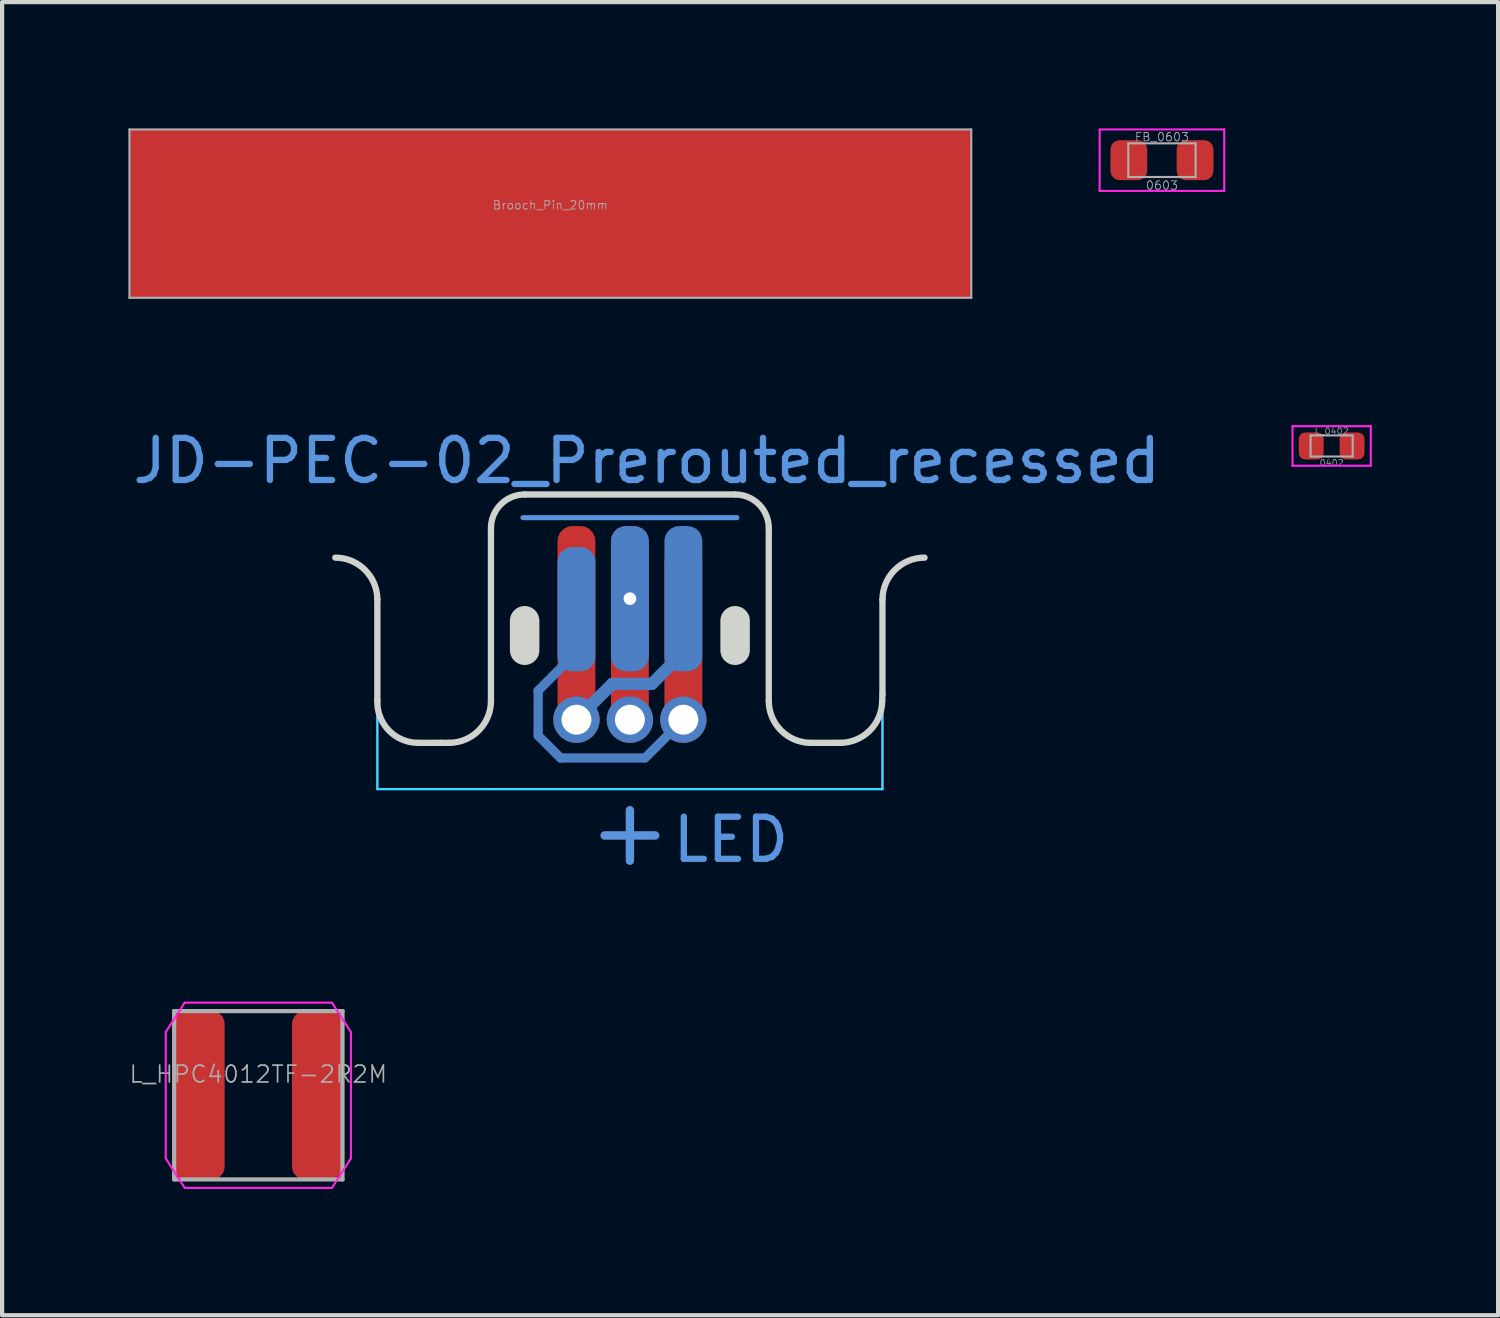
<source format=kicad_pcb>
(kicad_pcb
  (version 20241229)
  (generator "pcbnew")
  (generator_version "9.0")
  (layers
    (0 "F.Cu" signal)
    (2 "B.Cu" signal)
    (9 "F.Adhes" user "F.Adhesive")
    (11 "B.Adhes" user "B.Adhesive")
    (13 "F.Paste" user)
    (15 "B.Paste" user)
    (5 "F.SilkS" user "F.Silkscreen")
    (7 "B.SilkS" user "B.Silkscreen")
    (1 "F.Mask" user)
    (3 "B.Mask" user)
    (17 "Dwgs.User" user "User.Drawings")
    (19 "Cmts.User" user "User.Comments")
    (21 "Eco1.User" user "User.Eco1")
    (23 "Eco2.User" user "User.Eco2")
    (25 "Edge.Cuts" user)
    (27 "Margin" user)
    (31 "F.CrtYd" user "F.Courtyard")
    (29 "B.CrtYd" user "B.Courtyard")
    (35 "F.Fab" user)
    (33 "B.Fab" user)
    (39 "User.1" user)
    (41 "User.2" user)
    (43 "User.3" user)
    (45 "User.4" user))
  (footprint "JD-PEC-02_Prerouted_recessed"
    (layer "F.Cu")
    (at 11.915 12.698)
    (property "Reference" "JD-PEC-02_Prerouted_recessed" (at 0.4 -4.8 0) (layer "Cmts.User") (effects (font (size 1 1) (thickness 0.15))))
    (attr through_hole)
    (fp_line (start -2.54 -3.45) (end 2.54 -3.45) (stroke (width 0.12) (type solid)) (layer "Cmts.User"))
    (fp_line (start -0.6 4.1) (end 0.6 4.1) (stroke (width 0.2) (type default)) (layer "Cmts.User"))
    (fp_line (start 0 3.5) (end 0 4.7) (stroke (width 0.2) (type default)) (layer "Cmts.User"))
    (fp_circle (center -1.271 1.3) (end -0.916 1.3) (stroke (width 0.15) (type solid)) (fill no) (layer "Eco1.User"))
    (fp_circle (center -0.001 1.3) (end 0.354 1.3) (stroke (width 0.15) (type solid)) (fill no) (layer "Eco1.User"))
    (fp_circle (center 1.269 1.3) (end 1.624 1.3) (stroke (width 0.15) (type solid)) (fill no) (layer "Eco1.User"))
    (fp_line (start -6 -1.5) (end -6 0.9) (stroke (width 0.15) (type default)) (layer "Edge.Cuts"))
    (fp_line (start -5.031 1.9) (end -4.5 1.9) (stroke (width 0.15) (type default)) (layer "Edge.Cuts"))
    (fp_line (start -4.298 1.9) (end -4.5 1.9) (stroke (width 0.15) (type default)) (layer "Edge.Cuts"))
    (fp_line (start -3.301 -3.2) (end -3.301 0.902) (stroke (width 0.15) (type solid)) (layer "Edge.Cuts"))
    (fp_line (start 2.499 -4) (end -2.501 -4) (stroke (width 0.15) (type solid)) (layer "Edge.Cuts"))
    (fp_line (start 3.299 -3.2) (end 3.299 0.9) (stroke (width 0.15) (type default)) (layer "Edge.Cuts"))
    (fp_line (start 4.298 1.9) (end 4.993 1.9) (stroke (width 0.15) (type default)) (layer "Edge.Cuts"))
    (fp_line (start 6 0.75) (end 5.993 0.9) (stroke (width 0.15) (type default)) (layer "Edge.Cuts"))
    (fp_line (start 6 0.75) (end 6 -1.5) (stroke (width 0.15) (type solid)) (layer "Edge.Cuts"))
    (fp_arc (start -7 -2.5) (mid -6.292893 -2.207107) (end -6 -1.5) (stroke (width 0.15) (type default)) (layer "Edge.Cuts"))
    (fp_arc (start -5.031284 1.9) (mid -5.727418 1.605151) (end -6 0.9) (stroke (width 0.15) (type solid)) (layer "Edge.Cuts"))
    (fp_arc (start -3.300852 -3.2) (mid -3.066852 -3.765999) (end -2.500852 -4) (stroke (width 0.15) (type solid)) (layer "Edge.Cuts"))
    (fp_arc (start -3.300852 0.902) (mid -3.592637 1.607476) (end -4.297807 1.9) (stroke (width 0.15) (type solid)) (layer "Edge.Cuts"))
    (fp_arc (start 2.499148 -4) (mid 3.065147 -3.765999) (end 3.299148 -3.2) (stroke (width 0.15) (type solid)) (layer "Edge.Cuts"))
    (fp_arc (start 4.297807 1.9) (mid 3.591372 1.606829) (end 3.299148 0.9) (stroke (width 0.15) (type solid)) (layer "Edge.Cuts"))
    (fp_arc (start 5.992893 0.9) (mid 5.700001 1.607107) (end 4.992893 1.9) (stroke (width 0.15) (type solid)) (layer "Edge.Cuts"))
    (fp_arc (start 6 -1.5) (mid 6.292893 -2.207107) (end 7 -2.5) (stroke (width 0.15) (type default)) (layer "Edge.Cuts"))
    (fp_poly (pts (arc (start -2.150853 -1.000001) (mid -2.500852 -1.35) (end -2.850851 -1.000001)) (arc (start -2.850851 -0.300002) (mid -2.500852 0.049997) (end -2.150853 -0.300002))) (stroke (width 0) (type solid)) (fill yes) (layer "Edge.Cuts"))
    (fp_poly (pts (arc (start 2.849147 -1.000001) (mid 2.499148 -1.35) (end 2.149149 -1.000001)) (arc (start 2.149149 -0.300002) (mid 2.499148 0.049997) (end 2.849147 -0.300002))) (stroke (width 0) (type solid)) (fill yes) (layer "Edge.Cuts"))
    (fp_line (start -6 0.9) (end -6 3) (stroke (width 0.05) (type default)) (layer "B.CrtYd"))
    (fp_line (start -6 3) (end -3.25 3) (stroke (width 0.05) (type default)) (layer "B.CrtYd"))
    (fp_line (start -4.2 1.9) (end -5.031 1.9) (stroke (width 0.05) (type default)) (layer "B.CrtYd"))
    (fp_line (start -3.301 -3.2) (end -3.301 0.902) (stroke (width 0.05) (type solid)) (layer "B.CrtYd"))
    (fp_line (start -2.501 -4) (end 2.5 -4) (stroke (width 0.05) (type default)) (layer "B.CrtYd"))
    (fp_line (start 3.3 -3.2) (end 3.299 0.9) (stroke (width 0.05) (type default)) (layer "B.CrtYd"))
    (fp_line (start 4.298 1.9) (end 5 1.9) (stroke (width 0.05) (type solid)) (layer "B.CrtYd"))
    (fp_line (start 6 0.9) (end 6 3) (stroke (width 0.05) (type default)) (layer "B.CrtYd"))
    (fp_line (start 6 3) (end -3.25 3) (stroke (width 0.05) (type default)) (layer "B.CrtYd"))
    (fp_arc (start -5.031284 1.9) (mid -5.72742 1.605152) (end -6 0.9) (stroke (width 0.05) (type solid)) (layer "B.CrtYd"))
    (fp_arc (start -3.300852 -3.2) (mid -3.066852 -3.766) (end -2.500852 -4) (stroke (width 0.05) (type solid)) (layer "B.CrtYd"))
    (fp_arc (start -3.300852 0.902) (mid -3.558642 1.573788) (end -4.2 1.9) (stroke (width 0.05) (type solid)) (layer "B.CrtYd"))
    (fp_arc (start 2.5 -4) (mid 3.065685 -3.765685) (end 3.3 -3.2) (stroke (width 0.05) (type default)) (layer "B.CrtYd"))
    (fp_arc (start 4.297807 1.9) (mid 3.591372 1.606828) (end 3.299148 0.9) (stroke (width 0.05) (type solid)) (layer "B.CrtYd"))
    (fp_arc (start 6 0.9) (mid 5.707107 1.607106) (end 5 1.9) (stroke (width 0.05) (type solid)) (layer "B.CrtYd"))
    (fp_line (start -6 0.9) (end -6 3) (stroke (width 0.05) (type default)) (layer "F.CrtYd"))
    (fp_line (start -6 3) (end -3.25 3) (stroke (width 0.05) (type default)) (layer "F.CrtYd"))
    (fp_line (start -4.2 1.9) (end -5.031 1.9) (stroke (width 0.05) (type default)) (layer "F.CrtYd"))
    (fp_line (start -3.301 -3.2) (end -3.301 0.902) (stroke (width 0.05) (type solid)) (layer "F.CrtYd"))
    (fp_line (start -2.501 -4) (end 2.5 -4) (stroke (width 0.05) (type default)) (layer "F.CrtYd"))
    (fp_line (start 3.3 -3.2) (end 3.299 0.9) (stroke (width 0.05) (type default)) (layer "F.CrtYd"))
    (fp_line (start 4.298 1.9) (end 5 1.9) (stroke (width 0.05) (type solid)) (layer "F.CrtYd"))
    (fp_line (start 6 0.9) (end 6 3) (stroke (width 0.05) (type default)) (layer "F.CrtYd"))
    (fp_line (start 6 3) (end -3.25 3) (stroke (width 0.05) (type default)) (layer "F.CrtYd"))
    (fp_arc (start -5.031284 1.9) (mid -5.727419 1.605152) (end -6 0.9) (stroke (width 0.05) (type solid)) (layer "F.CrtYd"))
    (fp_arc (start -3.300852 -3.2) (mid -3.066852 -3.765999) (end -2.500852 -4) (stroke (width 0.05) (type solid)) (layer "F.CrtYd"))
    (fp_arc (start -3.300852 0.902) (mid -3.558642 1.573788) (end -4.2 1.9) (stroke (width 0.05) (type solid)) (layer "F.CrtYd"))
    (fp_arc (start 2.5 -4) (mid 3.065685 -3.765685) (end 3.3 -3.2) (stroke (width 0.05) (type default)) (layer "F.CrtYd"))
    (fp_arc (start 4.297807 1.9) (mid 3.591372 1.606829) (end 3.299148 0.9) (stroke (width 0.05) (type solid)) (layer "F.CrtYd"))
    (fp_arc (start 6 0.9) (mid 5.707108 1.607108) (end 5 1.9) (stroke (width 0.05) (type solid)) (layer "F.CrtYd"))
    (fp_text user "LED" (at 2.4 4.2 0) (unlocked yes) (layer "Cmts.User") (effects (font (size 1 1) (thickness 0.15))))
    (pad "1" smd oval (at -2.18 1.194 90) (size 1.287 0.22) (layers "B.Cu"))
    (pad "1" smd oval (at -1.913 1.994 315) (size 0.974 0.22) (layers "B.Cu"))
    (pad "1" smd oval (at -1.725 0.205 45) (size 1.507 0.22) (layers "B.Cu"))
    (pad "1" smd roundrect (at -1.27 -1.275) (size 0.9 2.95) (layers "B.Cu" "B.Mask") (roundrect_rratio 0.389))
    (pad "1" smd oval (at -0.651 2.26) (size 2.212 0.22) (layers "B.Cu"))
    (pad "1" smd oval (at 0.815 1.805 45) (size 1.507 0.22) (layers "B.Cu"))
    (pad "1" smd roundrect (at 1.27 -0.475) (size 0.9 4.55) (layers "F.Cu" "F.Mask") (roundrect_rratio 0.389))
    (pad "1" thru_hole circle (at 1.27 1.35) (size 1.1 1.1) (drill 0.71) (layers "*.Cu" "*.Mask"))
    (pad "2" thru_hole circle (at 0 -1.525) (size 0.6 0.6) (drill 0.3) (layers "*.Cu" "*.Mask"))
    (pad "2" smd roundrect (at 0 -1.525) (size 0.9 3.45) (layers "B.Cu" "B.Mask") (roundrect_rratio 0.389))
    (pad "2" smd roundrect (at 0 -0.725) (size 0.9 5.05) (layers "F.Cu" "F.Mask") (roundrect_rratio 0.389))
    (pad "2" thru_hole circle (at 0 1.35) (size 1.1 1.1) (drill 0.71) (layers "*.Cu" "*.Mask"))
    (pad "3" smd roundrect (at -1.27 -0.725) (size 0.9 5.05) (layers "F.Cu" "F.Mask") (roundrect_rratio 0.389))
    (pad "3" thru_hole circle (at -1.27 1.35) (size 1.1 1.1) (drill 0.71) (layers "*.Cu" "*.Mask"))
    (pad "3" smd oval (at -0.845 0.925 45) (size 1.492 0.29) (layers "B.Cu"))
    (pad "3" smd oval (at 0.05 0.5) (size 1.23 0.29) (layers "B.Cu"))
    (pad "3" smd oval (at 0.895 0.125 45) (size 1.351 0.29) (layers "B.Cu"))
    (pad "3" smd roundrect (at 1.27 -1.525) (size 0.9 3.45) (layers "B.Cu" "B.Mask") (roundrect_rratio 0.389)))
  (footprint "L_HPC4012TF-2R2M"
    (layer "F.Cu")
    (at 3.087 22.971)
    (property "Reference" "L_HPC4012TF-2R2M" (at 0 -0.5 0) (layer "F.Fab") (effects (font (size 0.4 0.4) (thickness 0.04))))
    (attr smd)
    (fp_line (start -2.2 -1.5) (end -2.2 1.5) (stroke (width 0.05) (type solid)) (layer "F.CrtYd"))
    (fp_line (start -1.75 -2.2) (end -2.2 -1.5) (stroke (width 0.05) (type solid)) (layer "F.CrtYd"))
    (fp_line (start -1.75 -2.2) (end 1.75 -2.2) (stroke (width 0.05) (type solid)) (layer "F.CrtYd"))
    (fp_line (start -1.75 2.2) (end -2.2 1.5) (stroke (width 0.05) (type solid)) (layer "F.CrtYd"))
    (fp_line (start -1.75 2.2) (end 1.75 2.2) (stroke (width 0.05) (type solid)) (layer "F.CrtYd"))
    (fp_line (start 1.75 -2.2) (end 2.2 -1.5) (stroke (width 0.05) (type solid)) (layer "F.CrtYd"))
    (fp_line (start 1.75 2.2) (end 2.2 1.5) (stroke (width 0.05) (type solid)) (layer "F.CrtYd"))
    (fp_line (start 2.2 -1.5) (end 2.2 1.5) (stroke (width 0.05) (type solid)) (layer "F.CrtYd"))
    (fp_line (start -2 -2) (end 2 -2) (stroke (width 0.1) (type solid)) (layer "F.Fab"))
    (fp_line (start -2 2) (end -2 -2) (stroke (width 0.1) (type solid)) (layer "F.Fab"))
    (fp_line (start 2 -2) (end 2 2) (stroke (width 0.1) (type solid)) (layer "F.Fab"))
    (fp_line (start 2 2) (end -2 2) (stroke (width 0.1) (type solid)) (layer "F.Fab"))
    (pad "1" smd roundrect (at -1.4 0) (size 1.2 4) (layers "F.Cu" "F.Mask" "F.Paste") (roundrect_rratio 0.25))
    (pad "2" smd roundrect (at 1.4 0) (size 1.2 4) (layers "F.Cu" "F.Mask" "F.Paste") (roundrect_rratio 0.25)))
  (footprint "L_0402"
    (layer "F.Cu")
    (at 28.586 7.545)
    (property "Reference" "L_0402" (at 0 -0.35 0) (unlocked yes) (layer "F.Fab") (effects (font (size 0.15 0.15) (thickness 0.015))))
    (attr smd)
    (fp_line (start -0.93 -0.47) (end 0.93 -0.47) (stroke (width 0.05) (type solid)) (layer "F.CrtYd"))
    (fp_line (start -0.93 0.47) (end -0.93 -0.47) (stroke (width 0.05) (type solid)) (layer "F.CrtYd"))
    (fp_line (start 0.93 -0.47) (end 0.93 0.47) (stroke (width 0.05) (type solid)) (layer "F.CrtYd"))
    (fp_line (start 0.93 0.47) (end -0.93 0.47) (stroke (width 0.05) (type solid)) (layer "F.CrtYd"))
    (fp_line (start -0.5 -0.25) (end 0.5 -0.25) (stroke (width 0.05) (type solid)) (layer "F.Fab"))
    (fp_line (start -0.5 0.25) (end -0.5 -0.25) (stroke (width 0.05) (type solid)) (layer "F.Fab"))
    (fp_line (start 0.5 -0.25) (end 0.5 0.25) (stroke (width 0.05) (type solid)) (layer "F.Fab"))
    (fp_line (start 0.5 0.25) (end -0.5 0.25) (stroke (width 0.05) (type solid)) (layer "F.Fab"))
    (fp_text user "0402" (at 0 0.4 0) (unlocked yes) (layer "F.Fab") (effects (font (size 0.15 0.15) (thickness 0.015))))
    (pad "1" smd roundrect (at -0.485 0) (size 0.59 0.64) (layers "F.Cu" "F.Mask" "F.Paste") (roundrect_rratio 0.25))
    (pad "2" smd roundrect (at 0.485 0) (size 0.59 0.64) (layers "F.Cu" "F.Mask" "F.Paste") (roundrect_rratio 0.25)))
  (footprint "Brooch_Pin_20mm"
    (layer "F.Cu")
    (at 10.025 2.025)
    (property "Reference" "Brooch_Pin_20mm" (at 0 -0.2 0) (unlocked yes) (layer "F.Fab") (effects (font (size 0.2 0.2) (thickness 0.02))))
    (attr through_hole)
    (fp_line (start -10 -2) (end 10 -2) (stroke (width 0.05) (type solid)) (layer "F.Fab"))
    (fp_line (start -10 2) (end -10 -2) (stroke (width 0.05) (type solid)) (layer "F.Fab"))
    (fp_line (start 10 -2) (end 10 2) (stroke (width 0.05) (type solid)) (layer "F.Fab"))
    (fp_line (start 10 2) (end -10 2) (stroke (width 0.05) (type solid)) (layer "F.Fab"))
    (pad "1" smd rect (at 0 0) (size 20 4) (layers "F.Cu" "F.Mask" "F.Paste")))
  (footprint "FB_0603"
    (layer "F.Cu")
    (at 24.555 0.755)
    (property "Reference" "FB_0603" (at 0 -0.55 0) (layer "F.Fab") (effects (font (size 0.2 0.2) (thickness 0.02))))
    (attr smd)
    (fp_line (start -1.48 -0.73) (end 1.48 -0.73) (stroke (width 0.05) (type solid)) (layer "F.CrtYd"))
    (fp_line (start -1.48 0.73) (end -1.48 -0.73) (stroke (width 0.05) (type solid)) (layer "F.CrtYd"))
    (fp_line (start 1.48 -0.73) (end 1.48 0.73) (stroke (width 0.05) (type solid)) (layer "F.CrtYd"))
    (fp_line (start 1.48 0.73) (end -1.48 0.73) (stroke (width 0.05) (type solid)) (layer "F.CrtYd"))
    (fp_line (start -0.8 -0.4) (end 0.8 -0.4) (stroke (width 0.05) (type solid)) (layer "F.Fab"))
    (fp_line (start -0.8 0.4) (end -0.8 -0.4) (stroke (width 0.05) (type solid)) (layer "F.Fab"))
    (fp_line (start 0.8 -0.4) (end 0.8 0.4) (stroke (width 0.05) (type solid)) (layer "F.Fab"))
    (fp_line (start 0.8 0.4) (end -0.8 0.4) (stroke (width 0.05) (type solid)) (layer "F.Fab"))
    (fp_text user "0603" (at 0 0.6 0) (layer "F.Fab") (effects (font (size 0.2 0.2) (thickness 0.02))))
    (pad "1" smd roundrect (at -0.787 0) (size 0.875 0.95) (layers "F.Cu" "F.Mask" "F.Paste") (roundrect_rratio 0.25))
    (pad "2" smd roundrect (at 0.787 0) (size 0.875 0.95) (layers "F.Cu" "F.Mask" "F.Paste") (roundrect_rratio 0.25)))
  (gr_rect
    (start -3 -3)
    (end 32.541 28.197)
    (stroke (width 0.1) (type default))
    (fill no)
    (layer "Edge.Cuts")))
</source>
